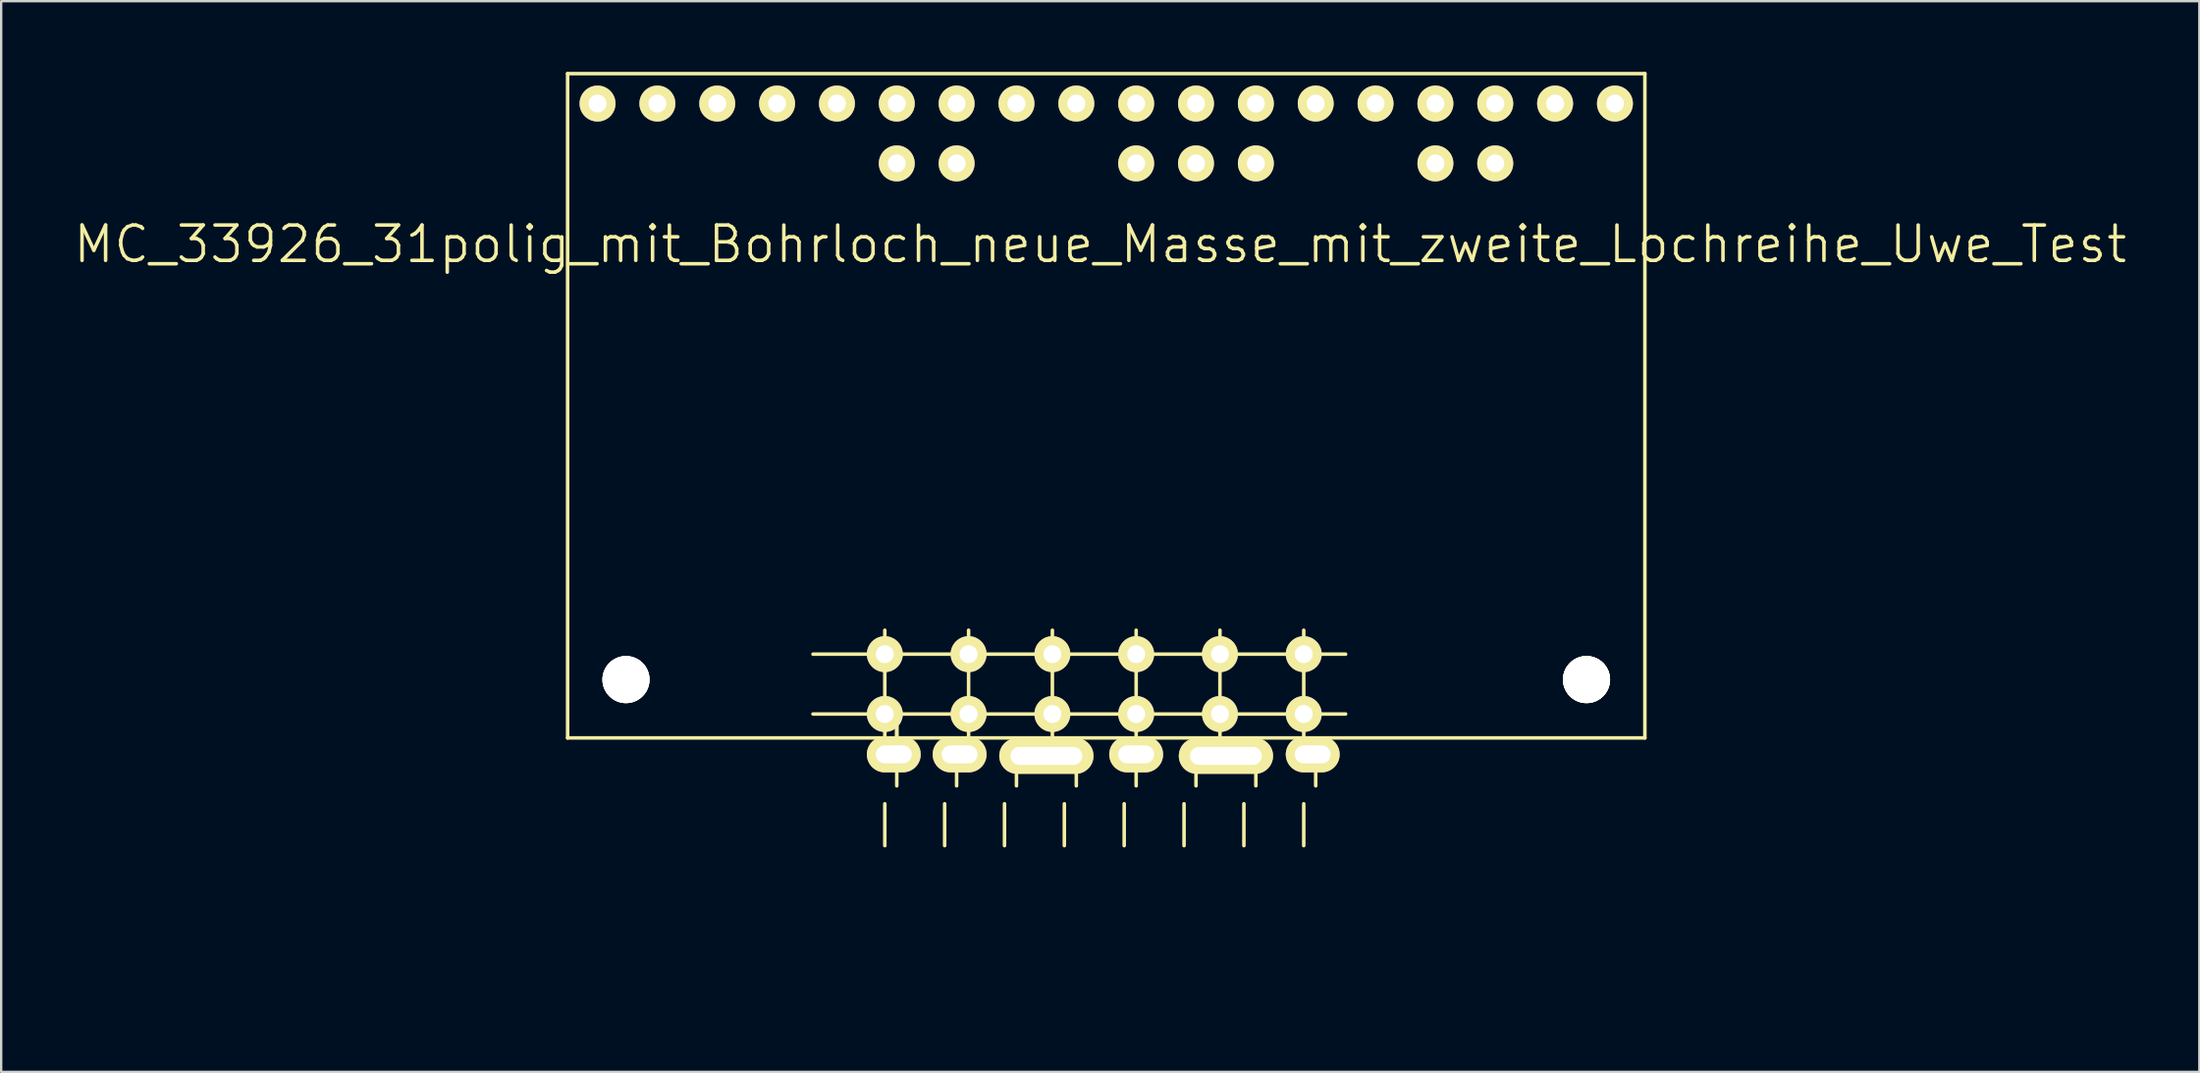
<source format=kicad_pcb>
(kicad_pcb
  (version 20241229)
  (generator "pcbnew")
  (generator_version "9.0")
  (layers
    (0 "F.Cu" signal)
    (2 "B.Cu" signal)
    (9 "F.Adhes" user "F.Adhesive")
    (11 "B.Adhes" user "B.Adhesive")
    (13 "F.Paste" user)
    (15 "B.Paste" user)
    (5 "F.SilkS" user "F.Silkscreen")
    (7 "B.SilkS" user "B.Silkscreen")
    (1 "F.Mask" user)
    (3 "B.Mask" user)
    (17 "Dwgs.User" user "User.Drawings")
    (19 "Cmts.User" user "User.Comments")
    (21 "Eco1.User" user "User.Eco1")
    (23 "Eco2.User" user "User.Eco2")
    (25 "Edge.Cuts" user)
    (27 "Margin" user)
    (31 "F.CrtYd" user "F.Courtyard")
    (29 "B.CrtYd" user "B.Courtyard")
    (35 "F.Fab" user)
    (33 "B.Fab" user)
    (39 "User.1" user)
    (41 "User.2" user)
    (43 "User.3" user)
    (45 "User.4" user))
  (footprint "MC_33926_31polig_mit_Bohrloch_neue_Masse_mit_zweite_Lochreihe_Uwe_Test"
    (layer "F.Cu")
    (at 17.23 39.191)
    (property "Reference" "MC_33926_31polig_mit_Bohrloch_neue_Masse_mit_zweite_Lochreihe_Uwe_Test" (at 26.416 -31.877 0) (layer "F.SilkS") (effects (font (size 1.5 1.5) (thickness 0.15))))
    (attr through_hole)
    (fp_line (start 3.81 -39.116) (end 49.53 -39.116) (stroke (width 0.15) (type solid)) (layer "F.SilkS"))
    (fp_line (start 3.81 -10.922) (end 3.81 -39.116) (stroke (width 0.15) (type solid)) (layer "F.SilkS"))
    (fp_line (start 14.224 -14.478) (end 36.83 -14.478) (stroke (width 0.15) (type solid)) (layer "F.SilkS"))
    (fp_line (start 14.224 -11.938) (end 36.83 -11.938) (stroke (width 0.15) (type solid)) (layer "F.SilkS"))
    (fp_line (start 17.272 -15.494) (end 17.272 -10.668) (stroke (width 0.15) (type solid)) (layer "F.SilkS"))
    (fp_line (start 17.272 -8.128) (end 17.272 -6.35) (stroke (width 0.15) (type solid)) (layer "F.SilkS"))
    (fp_line (start 17.78 -11.43) (end 17.78 -10.16) (stroke (width 0.15) (type solid)) (layer "F.SilkS"))
    (fp_line (start 17.78 -8.89) (end 17.78 -11.43) (stroke (width 0.15) (type solid)) (layer "F.SilkS"))
    (fp_line (start 19.812 -8.128) (end 19.812 -6.35) (stroke (width 0.15) (type solid)) (layer "F.SilkS"))
    (fp_line (start 20.32 -10.16) (end 20.32 -8.89) (stroke (width 0.15) (type solid)) (layer "F.SilkS"))
    (fp_line (start 20.828 -15.494) (end 20.828 -10.668) (stroke (width 0.15) (type solid)) (layer "F.SilkS"))
    (fp_line (start 22.352 -8.128) (end 22.352 -6.35) (stroke (width 0.15) (type solid)) (layer "F.SilkS"))
    (fp_line (start 22.86 -10.16) (end 22.86 -8.89) (stroke (width 0.15) (type solid)) (layer "F.SilkS"))
    (fp_line (start 24.384 -15.494) (end 24.384 -10.668) (stroke (width 0.15) (type solid)) (layer "F.SilkS"))
    (fp_line (start 24.892 -8.128) (end 24.892 -6.35) (stroke (width 0.15) (type solid)) (layer "F.SilkS"))
    (fp_line (start 25.4 -10.16) (end 25.4 -8.89) (stroke (width 0.15) (type solid)) (layer "F.SilkS"))
    (fp_line (start 27.432 -8.128) (end 27.432 -6.35) (stroke (width 0.15) (type solid)) (layer "F.SilkS"))
    (fp_line (start 27.94 -15.494) (end 27.94 -10.668) (stroke (width 0.15) (type solid)) (layer "F.SilkS"))
    (fp_line (start 27.94 -10.16) (end 27.94 -8.89) (stroke (width 0.15) (type solid)) (layer "F.SilkS"))
    (fp_line (start 29.972 -8.128) (end 29.972 -6.35) (stroke (width 0.15) (type solid)) (layer "F.SilkS"))
    (fp_line (start 30.48 -10.16) (end 30.48 -8.89) (stroke (width 0.15) (type solid)) (layer "F.SilkS"))
    (fp_line (start 31.496 -10.668) (end 31.496 -15.494) (stroke (width 0.15) (type solid)) (layer "F.SilkS"))
    (fp_line (start 32.512 -8.128) (end 32.512 -6.35) (stroke (width 0.15) (type solid)) (layer "F.SilkS"))
    (fp_line (start 33.02 -10.16) (end 33.02 -8.89) (stroke (width 0.15) (type solid)) (layer "F.SilkS"))
    (fp_line (start 35.052 -15.494) (end 35.052 -10.668) (stroke (width 0.15) (type solid)) (layer "F.SilkS"))
    (fp_line (start 35.052 -8.128) (end 35.052 -6.35) (stroke (width 0.15) (type solid)) (layer "F.SilkS"))
    (fp_line (start 35.56 -10.16) (end 35.56 -8.89) (stroke (width 0.15) (type solid)) (layer "F.SilkS"))
    (fp_line (start 49.53 -39.116) (end 49.53 -10.922) (stroke (width 0.15) (type solid)) (layer "F.SilkS"))
    (fp_line (start 49.53 -10.922) (end 3.81 -10.922) (stroke (width 0.15) (type solid)) (layer "F.SilkS"))
    (fp_circle (center 6.287 -13.399) (end 7.048 -13.906) (stroke (width 0.15) (type solid)) (fill no) (layer "F.SilkS"))
    (fp_circle (center 17.78 -35.306) (end 17.907 -35.052) (stroke (width 0.15) (type solid)) (fill no) (layer "F.SilkS"))
    (fp_circle (center 20.32 -35.306) (end 20.447 -35.052) (stroke (width 0.15) (type solid)) (fill no) (layer "F.SilkS"))
    (fp_circle (center 27.94 -35.306) (end 28.067 -35.052) (stroke (width 0.15) (type solid)) (fill no) (layer "F.SilkS"))
    (fp_circle (center 30.48 -35.306) (end 30.607 -35.052) (stroke (width 0.15) (type solid)) (fill no) (layer "F.SilkS"))
    (fp_circle (center 33.02 -35.306) (end 33.147 -35.052) (stroke (width 0.15) (type solid)) (fill no) (layer "F.SilkS"))
    (fp_circle (center 40.64 -35.306) (end 40.767 -35.052) (stroke (width 0.15) (type solid)) (fill no) (layer "F.SilkS"))
    (fp_circle (center 43.18 -35.306) (end 43.434 -35.179) (stroke (width 0.15) (type solid)) (fill no) (layer "F.SilkS"))
    (fp_circle (center 47.053 -13.399) (end 47.816 -13.906) (stroke (width 0.15) (type solid)) (fill no) (layer "F.SilkS"))
    (fp_circle (center 47.053 -13.399) (end 47.816 -13.906) (stroke (width 0.15) (type solid)) (fill no) (layer "F.SilkS"))
    (fp_circle (center 47.053 -13.399) (end 47.816 -13.906) (stroke (width 0.15) (type solid)) (fill no) (layer "F.SilkS"))
    (fp_circle (center 47.053 -13.399) (end 47.816 -13.906) (stroke (width 0.15) (type solid)) (fill no) (layer "F.SilkS"))
    (pad "1" thru_hole circle (at 5.08 -37.846) (size 1.524 1.524) (drill 0.762) (layers "*.Cu" "*.Mask" "F.SilkS"))
    (pad "2" thru_hole circle (at 7.62 -37.846) (size 1.524 1.524) (drill 0.762) (layers "*.Cu" "*.Mask" "F.SilkS"))
    (pad "3" thru_hole circle (at 10.16 -37.846) (size 1.524 1.524) (drill 0.762) (layers "*.Cu" "*.Mask" "F.SilkS"))
    (pad "4" thru_hole circle (at 12.7 -37.846) (size 1.524 1.524) (drill 0.762) (layers "*.Cu" "*.Mask" "F.SilkS"))
    (pad "5" thru_hole circle (at 15.24 -37.846) (size 1.524 1.524) (drill 0.762) (layers "*.Cu" "*.Mask" "F.SilkS"))
    (pad "6" thru_hole circle (at 17.78 -37.846) (size 1.524 1.524) (drill 0.762) (layers "*.Cu" "*.Mask" "F.SilkS"))
    (pad "7" thru_hole circle (at 20.32 -37.846) (size 1.524 1.524) (drill 0.762) (layers "*.Cu" "*.Mask" "F.SilkS"))
    (pad "8" thru_hole circle (at 22.86 -37.846) (size 1.524 1.524) (drill 0.762) (layers "*.Cu" "*.Mask" "F.SilkS"))
    (pad "9" thru_hole circle (at 25.4 -37.846) (size 1.524 1.524) (drill 0.762) (layers "*.Cu" "*.Mask" "F.SilkS"))
    (pad "10" thru_hole circle (at 27.94 -37.846) (size 1.524 1.524) (drill 0.762) (layers "*.Cu" "*.Mask" "F.SilkS"))
    (pad "11" thru_hole circle (at 30.48 -37.846) (size 1.524 1.524) (drill 0.762) (layers "*.Cu" "*.Mask" "F.SilkS"))
    (pad "12" thru_hole circle (at 33.02 -37.846) (size 1.524 1.524) (drill 0.762) (layers "*.Cu" "*.Mask" "F.SilkS"))
    (pad "13" thru_hole circle (at 35.56 -37.846) (size 1.524 1.524) (drill 0.762) (layers "*.Cu" "*.Mask" "F.SilkS"))
    (pad "14" thru_hole circle (at 38.1 -37.846) (size 1.524 1.524) (drill 0.762) (layers "*.Cu" "*.Mask" "F.SilkS"))
    (pad "15" thru_hole circle (at 40.64 -37.846) (size 1.524 1.524) (drill 0.762) (layers "*.Cu" "*.Mask" "F.SilkS"))
    (pad "16" thru_hole circle (at 43.18 -37.846) (size 1.524 1.524) (drill 0.762) (layers "*.Cu" "*.Mask" "F.SilkS"))
    (pad "17" thru_hole circle (at 45.72 -37.846) (size 1.524 1.524) (drill 0.762) (layers "*.Cu" "*.Mask" "F.SilkS"))
    (pad "18" thru_hole circle (at 48.26 -37.846) (size 1.524 1.524) (drill 0.762) (layers "*.Cu" "*.Mask" "F.SilkS"))
    (pad "19" thru_hole circle (at 17.272 -14.478) (size 1.524 1.524) (drill 0.762) (layers "*.Cu" "*.Mask" "F.SilkS"))
    (pad "19" thru_hole circle (at 17.272 -11.938) (size 1.524 1.524) (drill 0.762) (layers "*.Cu" "*.Mask" "F.SilkS"))
    (pad "19" thru_hole oval (at 17.653 -10.223) (size 2.286 1.524) (drill oval 1.524 0.762) (layers "*.Cu" "*.Mask" "F.SilkS"))
    (pad "19" thru_hole oval (at 20.447 -10.223) (size 2.286 1.524) (drill oval 1.524 0.762) (layers "*.Cu" "*.Mask" "F.SilkS"))
    (pad "19" thru_hole oval (at 24.13 -10.16) (size 4 1.524) (drill oval 3.048 0.762) (layers "*.Cu" "*.Mask" "F.SilkS"))
    (pad "19" thru_hole oval (at 27.94 -10.223) (size 2.286 1.524) (drill oval 1.524 0.762) (layers "*.Cu" "*.Mask" "F.SilkS"))
    (pad "19" thru_hole oval (at 31.75 -10.16) (size 4 1.524) (drill oval 3.048 0.762) (layers "*.Cu" "*.Mask" "F.SilkS"))
    (pad "19" thru_hole oval (at 35.433 -10.223) (size 2.286 1.524) (drill oval 1.524 0.762) (layers "*.Cu" "*.Mask" "F.SilkS"))
    (pad "20" thru_hole circle (at 20.828 -14.478) (size 1.524 1.524) (drill 0.762) (layers "*.Cu" "*.Mask" "F.SilkS"))
    (pad "20" thru_hole circle (at 20.828 -11.938) (size 1.524 1.524) (drill 0.762) (layers "*.Cu" "*.Mask" "F.SilkS"))
    (pad "21" thru_hole circle (at 24.384 -14.478) (size 1.524 1.524) (drill 0.762) (layers "*.Cu" "*.Mask" "F.SilkS"))
    (pad "21" thru_hole circle (at 24.384 -11.938) (size 1.524 1.524) (drill 0.762) (layers "*.Cu" "*.Mask" "F.SilkS"))
    (pad "22" thru_hole circle (at 27.94 -14.478) (size 1.524 1.524) (drill 0.762) (layers "*.Cu" "*.Mask" "F.SilkS"))
    (pad "22" thru_hole circle (at 27.94 -11.938) (size 1.524 1.524) (drill 0.762) (layers "*.Cu" "*.Mask" "F.SilkS"))
    (pad "23" thru_hole circle (at 31.496 -14.478) (size 1.524 1.524) (drill 0.762) (layers "*.Cu" "*.Mask" "F.SilkS"))
    (pad "23" thru_hole circle (at 31.496 -11.938) (size 1.524 1.524) (drill 0.762) (layers "*.Cu" "*.Mask" "F.SilkS"))
    (pad "24" thru_hole circle (at 35.052 -14.478) (size 1.524 1.524) (drill 0.762) (layers "*.Cu" "*.Mask" "F.SilkS"))
    (pad "24" thru_hole circle (at 35.052 -11.938) (size 1.524 1.524) (drill 0.762) (layers "*.Cu" "*.Mask" "F.SilkS"))
    (pad "25" thru_hole circle (at 17.78 -35.306) (size 1.524 1.524) (drill 0.762) (layers "*.Cu" "*.Mask" "F.SilkS"))
    (pad "26" thru_hole circle (at 20.32 -35.306) (size 1.524 1.524) (drill 0.762) (layers "*.Cu" "*.Mask" "F.SilkS"))
    (pad "27" thru_hole circle (at 27.94 -35.306) (size 1.524 1.524) (drill 0.762) (layers "*.Cu" "*.Mask" "F.SilkS"))
    (pad "28" thru_hole circle (at 30.48 -35.306) (size 1.524 1.524) (drill 0.762) (layers "*.Cu" "*.Mask" "F.SilkS"))
    (pad "29" thru_hole circle (at 33.02 -35.306) (size 1.524 1.524) (drill 0.762) (layers "*.Cu" "*.Mask" "F.SilkS"))
    (pad "30" thru_hole circle (at 40.64 -35.306) (size 1.524 1.524) (drill 0.762) (layers "*.Cu" "*.Mask" "F.SilkS"))
    (pad "31" thru_hole circle (at 43.18 -35.306) (size 1.524 1.524) (drill 0.762) (layers "*.Cu" "*.Mask" "F.SilkS"))
    (pad "~" thru_hole circle (at 6.287 -13.399) (size 2 2) (drill 2) (layers "*.Cu" "*.Mask" "F.SilkS"))
    (pad "~" thru_hole circle (at 47.053 -13.399) (size 2 2) (drill 2) (layers "*.Cu" "*.Mask" "F.SilkS")))
  (gr_rect
    (start -3 -3)
    (end 90.293 42.441)
    (stroke (width 0.1) (type default))
    (fill no)
    (layer "Edge.Cuts")))
</source>
